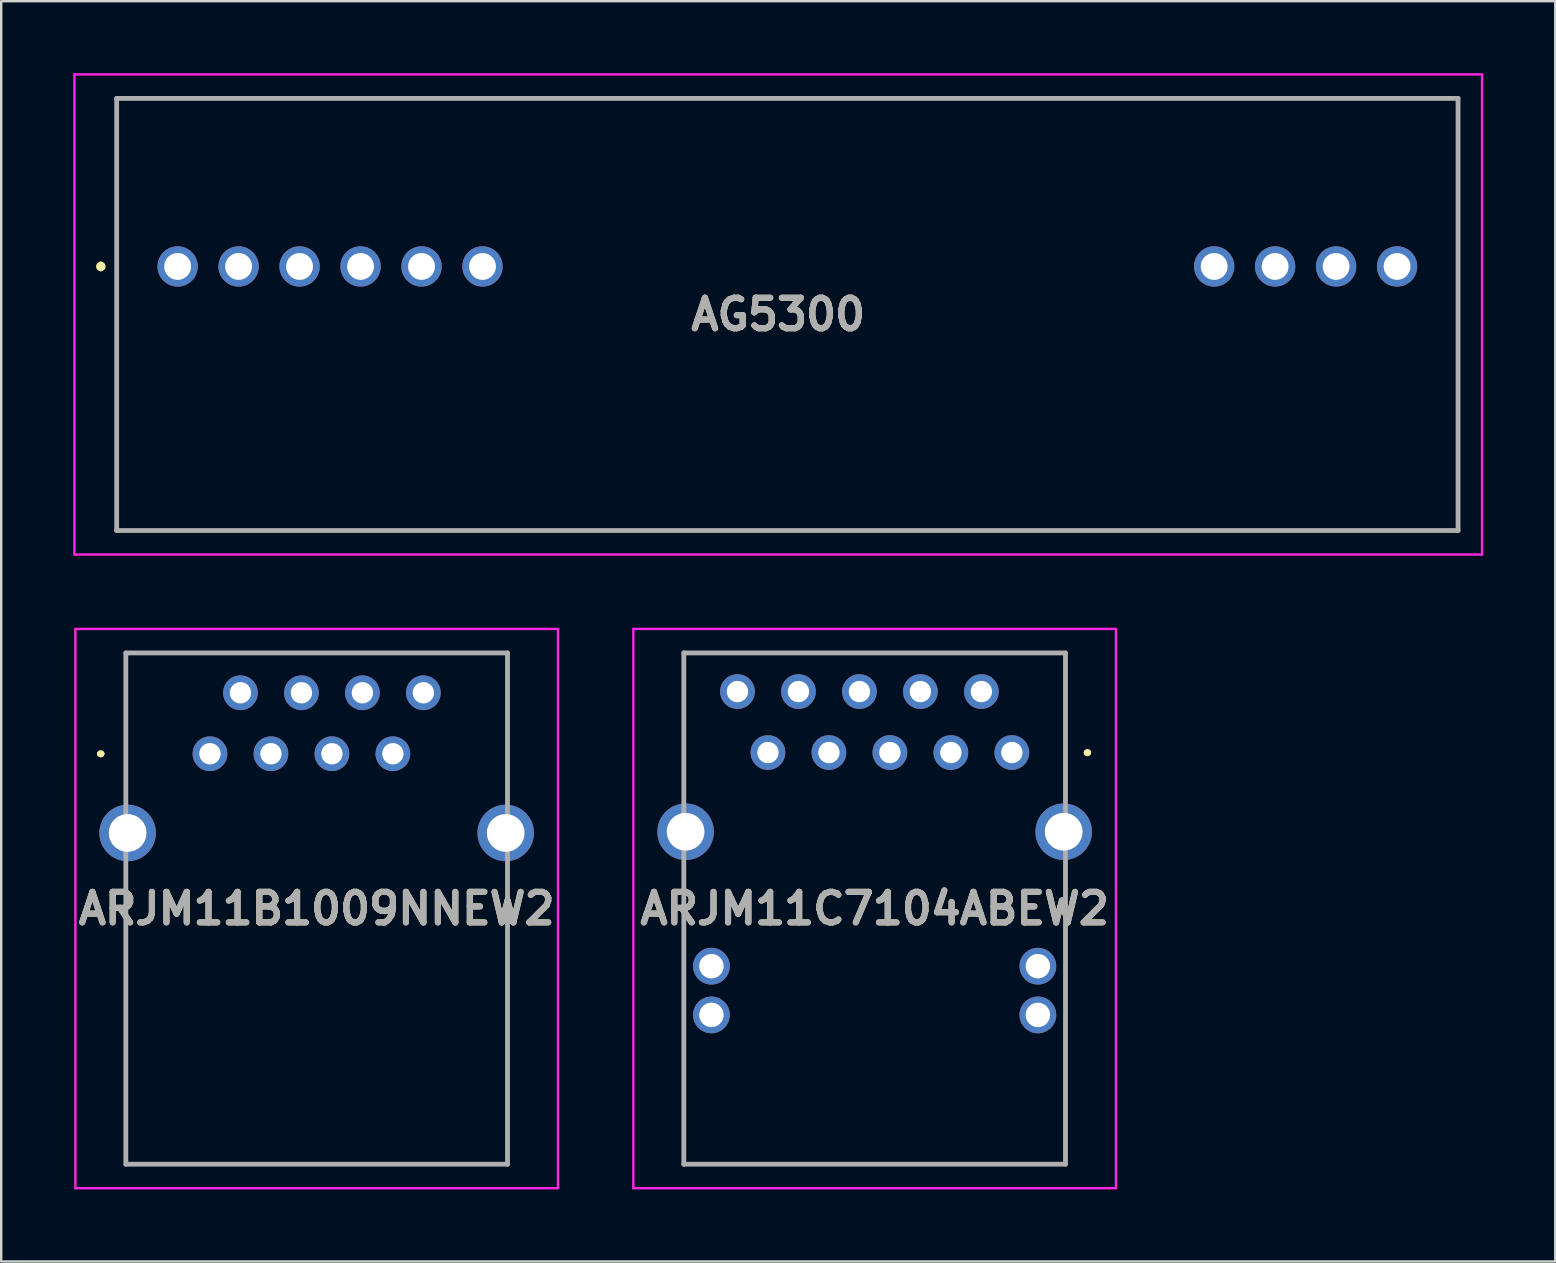
<source format=kicad_pcb>
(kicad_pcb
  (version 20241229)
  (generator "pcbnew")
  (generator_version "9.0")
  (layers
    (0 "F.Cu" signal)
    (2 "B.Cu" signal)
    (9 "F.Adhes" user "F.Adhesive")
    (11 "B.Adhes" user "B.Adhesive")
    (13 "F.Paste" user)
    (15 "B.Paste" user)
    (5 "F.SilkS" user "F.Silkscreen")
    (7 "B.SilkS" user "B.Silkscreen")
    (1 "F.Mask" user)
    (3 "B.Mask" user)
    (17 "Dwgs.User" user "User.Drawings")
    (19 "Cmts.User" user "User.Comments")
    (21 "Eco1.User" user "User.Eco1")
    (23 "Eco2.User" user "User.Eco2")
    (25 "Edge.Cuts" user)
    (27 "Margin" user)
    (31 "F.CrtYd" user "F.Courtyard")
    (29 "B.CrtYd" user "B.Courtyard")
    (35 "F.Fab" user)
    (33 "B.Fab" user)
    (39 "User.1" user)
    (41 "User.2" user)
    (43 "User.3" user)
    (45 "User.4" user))
  (footprint "ARJM11B1009NNEW2"
    (layer "F.Cu")
    (at 5.697 28.35)
    (property "Reference" "ARJM11B1009NNEW2" (at 4.445 6.45 0) (layer "F.SilkS") (effects (font (size 1.27 1.27) (thickness 0.254))))
    (attr through_hole)
    (fp_line (start -4.6 0) (end -4.6 0) (stroke (width 0.2) (type solid)) (layer "F.SilkS"))
    (fp_line (start -4.6 0) (end -4.6 0) (stroke (width 0.2) (type solid)) (layer "F.SilkS"))
    (fp_line (start -4.5 0) (end -4.5 0) (stroke (width 0.2) (type solid)) (layer "F.SilkS"))
    (fp_line (start -3.505 -4.2) (end -3.505 -4.2) (stroke (width 0.1) (type solid)) (layer "F.SilkS"))
    (fp_line (start -3.505 -4.2) (end -3.505 -4.2) (stroke (width 0.1) (type solid)) (layer "F.SilkS"))
    (fp_line (start -3.505 -4.2) (end -3.505 1.35) (stroke (width 0.1) (type solid)) (layer "F.SilkS"))
    (fp_line (start -3.505 -4.2) (end 12.395 -4.2) (stroke (width 0.1) (type solid)) (layer "F.SilkS"))
    (fp_line (start -3.505 1.35) (end -3.505 -4.2) (stroke (width 0.1) (type solid)) (layer "F.SilkS"))
    (fp_line (start -3.505 1.35) (end -3.505 1.35) (stroke (width 0.1) (type solid)) (layer "F.SilkS"))
    (fp_line (start -3.505 5.1) (end -3.505 5.1) (stroke (width 0.1) (type solid)) (layer "F.SilkS"))
    (fp_line (start -3.505 5.1) (end -3.505 17.1) (stroke (width 0.1) (type solid)) (layer "F.SilkS"))
    (fp_line (start -3.505 17.1) (end -3.505 5.1) (stroke (width 0.1) (type solid)) (layer "F.SilkS"))
    (fp_line (start -3.505 17.1) (end -3.505 17.1) (stroke (width 0.1) (type solid)) (layer "F.SilkS"))
    (fp_line (start -3.43 17.1) (end -3.43 17.1) (stroke (width 0.1) (type solid)) (layer "F.SilkS"))
    (fp_line (start -3.43 17.1) (end 12.395 17.1) (stroke (width 0.1) (type solid)) (layer "F.SilkS"))
    (fp_line (start 12.395 -4.2) (end -3.505 -4.2) (stroke (width 0.1) (type solid)) (layer "F.SilkS"))
    (fp_line (start 12.395 -4.2) (end 12.395 -4.2) (stroke (width 0.1) (type solid)) (layer "F.SilkS"))
    (fp_line (start 12.395 -4.2) (end 12.395 -4.2) (stroke (width 0.1) (type solid)) (layer "F.SilkS"))
    (fp_line (start 12.395 -4.2) (end 12.395 1.6) (stroke (width 0.1) (type solid)) (layer "F.SilkS"))
    (fp_line (start 12.395 1.6) (end 12.395 -4.2) (stroke (width 0.1) (type solid)) (layer "F.SilkS"))
    (fp_line (start 12.395 1.6) (end 12.395 1.6) (stroke (width 0.1) (type solid)) (layer "F.SilkS"))
    (fp_line (start 12.395 5.35) (end 12.395 5.35) (stroke (width 0.1) (type solid)) (layer "F.SilkS"))
    (fp_line (start 12.395 5.35) (end 12.395 17.1) (stroke (width 0.1) (type solid)) (layer "F.SilkS"))
    (fp_line (start 12.395 17.1) (end -3.43 17.1) (stroke (width 0.1) (type solid)) (layer "F.SilkS"))
    (fp_line (start 12.395 17.1) (end 12.395 5.35) (stroke (width 0.1) (type solid)) (layer "F.SilkS"))
    (fp_line (start 12.395 17.1) (end 12.395 17.1) (stroke (width 0.1) (type solid)) (layer "F.SilkS"))
    (fp_line (start 12.395 17.1) (end 12.395 17.1) (stroke (width 0.1) (type solid)) (layer "F.SilkS"))
    (fp_arc (start -4.6 0) (mid -4.55 -0.05) (end -4.5 0) (stroke (width 0.2) (type solid)) (layer "F.SilkS"))
    (fp_arc (start -4.5 0) (mid -4.55 0.05) (end -4.6 0) (stroke (width 0.2) (type solid)) (layer "F.SilkS"))
    (fp_arc (start -4.5 0) (mid -4.55 0.05) (end -4.6 0) (stroke (width 0.2) (type solid)) (layer "F.SilkS"))
    (fp_line (start -5.607 -5.2) (end 14.498 -5.2) (stroke (width 0.1) (type solid)) (layer "F.CrtYd"))
    (fp_line (start -5.607 18.1) (end -5.607 -5.2) (stroke (width 0.1) (type solid)) (layer "F.CrtYd"))
    (fp_line (start 14.498 -5.2) (end 14.498 18.1) (stroke (width 0.1) (type solid)) (layer "F.CrtYd"))
    (fp_line (start 14.498 18.1) (end -5.607 18.1) (stroke (width 0.1) (type solid)) (layer "F.CrtYd"))
    (fp_line (start -3.505 -4.2) (end -3.505 17.1) (stroke (width 0.2) (type solid)) (layer "F.Fab"))
    (fp_line (start -3.505 17.1) (end 12.395 17.1) (stroke (width 0.2) (type solid)) (layer "F.Fab"))
    (fp_line (start 12.395 -4.2) (end -3.505 -4.2) (stroke (width 0.2) (type solid)) (layer "F.Fab"))
    (fp_line (start 12.395 17.1) (end 12.395 -4.2) (stroke (width 0.2) (type solid)) (layer "F.Fab"))
    (fp_text user "${REFERENCE}" (at 4.445 6.45 0) (layer "F.Fab") (effects (font (size 1.27 1.27) (thickness 0.254))))
    (pad "" np_thru_hole circle (at -1.27 6.35) (size 0.001 0.001) (drill 3.25) (layers "*.Cu" "*.Mask"))
    (pad "" np_thru_hole circle (at 10.16 6.35) (size 0.001 0.001) (drill 3.25) (layers "*.Cu" "*.Mask"))
    (pad "1" thru_hole circle (at 0 0) (size 1.446 1.446) (drill 0.89) (layers "*.Cu" "*.Mask"))
    (pad "2" thru_hole circle (at 1.27 -2.54) (size 1.446 1.446) (drill 0.89) (layers "*.Cu" "*.Mask"))
    (pad "3" thru_hole circle (at 2.54 0) (size 1.446 1.446) (drill 0.89) (layers "*.Cu" "*.Mask"))
    (pad "4" thru_hole circle (at 3.81 -2.54) (size 1.446 1.446) (drill 0.89) (layers "*.Cu" "*.Mask"))
    (pad "5" thru_hole circle (at 5.08 0) (size 1.446 1.446) (drill 0.89) (layers "*.Cu" "*.Mask"))
    (pad "6" thru_hole circle (at 6.35 -2.54) (size 1.446 1.446) (drill 0.89) (layers "*.Cu" "*.Mask"))
    (pad "7" thru_hole circle (at 7.62 0) (size 1.446 1.446) (drill 0.89) (layers "*.Cu" "*.Mask"))
    (pad "8" thru_hole circle (at 8.89 -2.54) (size 1.446 1.446) (drill 0.89) (layers "*.Cu" "*.Mask"))
    (pad "MH1" thru_hole circle (at -3.43 3.3) (size 2.355 2.355) (drill 1.57) (layers "*.Cu" "*.Mask"))
    (pad "MH2" thru_hole circle (at 12.32 3.3) (size 2.355 2.355) (drill 1.57) (layers "*.Cu" "*.Mask")))
  (footprint "AG5300"
    (layer "F.Cu")
    (at 29.37 10.05)
    (property "Reference" "AG5300" (at 0 0 0) (layer "F.SilkS") (effects (font (size 1.27 1.27) (thickness 0.254))))
    (attr through_hole)
    (fp_line (start -28.22 -2.1) (end -28.22 -2.1) (stroke (width 0.2) (type solid)) (layer "F.SilkS"))
    (fp_line (start -28.22 -1.9) (end -28.22 -1.9) (stroke (width 0.2) (type solid)) (layer "F.SilkS"))
    (fp_line (start -27.56 -9) (end 28.32 -9) (stroke (width 0.1) (type solid)) (layer "F.SilkS"))
    (fp_line (start -27.56 9) (end -27.56 -9) (stroke (width 0.1) (type solid)) (layer "F.SilkS"))
    (fp_line (start 28.32 -9) (end 28.32 9) (stroke (width 0.1) (type solid)) (layer "F.SilkS"))
    (fp_line (start 28.32 9) (end -27.56 9) (stroke (width 0.1) (type solid)) (layer "F.SilkS"))
    (fp_arc (start -28.22 -2.1) (mid -28.12 -2) (end -28.22 -1.9) (stroke (width 0.2) (type solid)) (layer "F.SilkS"))
    (fp_arc (start -28.22 -1.9) (mid -28.32 -2) (end -28.22 -2.1) (stroke (width 0.2) (type solid)) (layer "F.SilkS"))
    (fp_line (start -29.32 -10) (end 29.32 -10) (stroke (width 0.1) (type solid)) (layer "F.CrtYd"))
    (fp_line (start -29.32 10) (end -29.32 -10) (stroke (width 0.1) (type solid)) (layer "F.CrtYd"))
    (fp_line (start 29.32 -10) (end 29.32 10) (stroke (width 0.1) (type solid)) (layer "F.CrtYd"))
    (fp_line (start 29.32 10) (end -29.32 10) (stroke (width 0.1) (type solid)) (layer "F.CrtYd"))
    (fp_line (start -27.56 -9) (end 28.32 -9) (stroke (width 0.2) (type solid)) (layer "F.Fab"))
    (fp_line (start -27.56 9) (end -27.56 -9) (stroke (width 0.2) (type solid)) (layer "F.Fab"))
    (fp_line (start 28.32 -9) (end 28.32 9) (stroke (width 0.2) (type solid)) (layer "F.Fab"))
    (fp_line (start 28.32 9) (end -27.56 9) (stroke (width 0.2) (type solid)) (layer "F.Fab"))
    (fp_text user "${REFERENCE}" (at 0 0 0) (layer "F.Fab") (effects (font (size 1.27 1.27) (thickness 0.254))))
    (pad "1" thru_hole circle (at -25.02 -2) (size 1.68 1.68) (drill 1.12) (layers "*.Cu" "*.Mask"))
    (pad "2" thru_hole circle (at -22.48 -2) (size 1.68 1.68) (drill 1.12) (layers "*.Cu" "*.Mask"))
    (pad "3" thru_hole circle (at -19.94 -2) (size 1.68 1.68) (drill 1.12) (layers "*.Cu" "*.Mask"))
    (pad "4" thru_hole circle (at -17.4 -2) (size 1.68 1.68) (drill 1.12) (layers "*.Cu" "*.Mask"))
    (pad "5" thru_hole circle (at -14.86 -2) (size 1.68 1.68) (drill 1.12) (layers "*.Cu" "*.Mask"))
    (pad "6" thru_hole circle (at -12.32 -2) (size 1.68 1.68) (drill 1.12) (layers "*.Cu" "*.Mask"))
    (pad "7" thru_hole circle (at 18.16 -2) (size 1.68 1.68) (drill 1.12) (layers "*.Cu" "*.Mask"))
    (pad "8" thru_hole circle (at 20.7 -2) (size 1.68 1.68) (drill 1.12) (layers "*.Cu" "*.Mask"))
    (pad "9" thru_hole circle (at 23.24 -2) (size 1.68 1.68) (drill 1.12) (layers "*.Cu" "*.Mask"))
    (pad "10" thru_hole circle (at 25.78 -2) (size 1.68 1.68) (drill 1.12) (layers "*.Cu" "*.Mask")))
  (footprint "ARJM11C7104ABEW2"
    (layer "F.Cu")
    (at 39.102 28.3)
    (property "Reference" "ARJM11C7104ABEW2" (at -5.715 6.5 0) (layer "F.SilkS") (effects (font (size 1.27 1.27) (thickness 0.254))))
    (attr through_hole)
    (fp_line (start -13.665 -4.15) (end -13.665 -4.15) (stroke (width 0.1) (type solid)) (layer "F.SilkS"))
    (fp_line (start -13.665 -4.15) (end -13.665 -4.15) (stroke (width 0.1) (type solid)) (layer "F.SilkS"))
    (fp_line (start -13.665 -4.15) (end -13.665 1.5) (stroke (width 0.1) (type solid)) (layer "F.SilkS"))
    (fp_line (start -13.665 -4.15) (end 2.25 -4.15) (stroke (width 0.1) (type solid)) (layer "F.SilkS"))
    (fp_line (start -13.665 1.5) (end -13.665 -4.15) (stroke (width 0.1) (type solid)) (layer "F.SilkS"))
    (fp_line (start -13.665 1.5) (end -13.665 1.5) (stroke (width 0.1) (type solid)) (layer "F.SilkS"))
    (fp_line (start -13.665 12.25) (end -13.665 12.25) (stroke (width 0.1) (type solid)) (layer "F.SilkS"))
    (fp_line (start -13.665 12.25) (end -13.665 17.15) (stroke (width 0.1) (type solid)) (layer "F.SilkS"))
    (fp_line (start -13.665 17.15) (end -13.665 12.25) (stroke (width 0.1) (type solid)) (layer "F.SilkS"))
    (fp_line (start -13.665 17.15) (end -13.665 17.15) (stroke (width 0.1) (type solid)) (layer "F.SilkS"))
    (fp_line (start -13.665 17.15) (end -13.665 17.15) (stroke (width 0.1) (type solid)) (layer "F.SilkS"))
    (fp_line (start -13.665 17.15) (end 2.235 17.15) (stroke (width 0.1) (type solid)) (layer "F.SilkS"))
    (fp_line (start 2.235 -4.15) (end 2.235 -4.15) (stroke (width 0.1) (type solid)) (layer "F.SilkS"))
    (fp_line (start 2.235 -4.15) (end 2.235 1.5) (stroke (width 0.1) (type solid)) (layer "F.SilkS"))
    (fp_line (start 2.235 1.5) (end 2.235 -4.15) (stroke (width 0.1) (type solid)) (layer "F.SilkS"))
    (fp_line (start 2.235 1.5) (end 2.235 1.5) (stroke (width 0.1) (type solid)) (layer "F.SilkS"))
    (fp_line (start 2.235 12.5) (end 2.235 17.15) (stroke (width 0.1) (type solid)) (layer "F.SilkS"))
    (fp_line (start 2.235 17.15) (end -13.665 17.15) (stroke (width 0.1) (type solid)) (layer "F.SilkS"))
    (fp_line (start 2.235 17.15) (end 2.235 17.15) (stroke (width 0.1) (type solid)) (layer "F.SilkS"))
    (fp_line (start 2.235 17.15) (end 2.25 17.15) (stroke (width 0.1) (type solid)) (layer "F.SilkS"))
    (fp_line (start 2.25 -4.15) (end -13.665 -4.15) (stroke (width 0.1) (type solid)) (layer "F.SilkS"))
    (fp_line (start 2.25 -4.15) (end 2.25 -4.15) (stroke (width 0.1) (type solid)) (layer "F.SilkS"))
    (fp_line (start 2.25 12.5) (end 2.235 12.5) (stroke (width 0.1) (type solid)) (layer "F.SilkS"))
    (fp_line (start 2.25 17.15) (end 2.25 12.5) (stroke (width 0.1) (type solid)) (layer "F.SilkS"))
    (fp_line (start 3.1 0) (end 3.1 0) (stroke (width 0.2) (type solid)) (layer "F.SilkS"))
    (fp_line (start 3.1 0) (end 3.1 0) (stroke (width 0.2) (type solid)) (layer "F.SilkS"))
    (fp_line (start 3.2 0) (end 3.2 0) (stroke (width 0.2) (type solid)) (layer "F.SilkS"))
    (fp_arc (start 3.1 0) (mid 3.15 -0.05) (end 3.2 0) (stroke (width 0.2) (type solid)) (layer "F.SilkS"))
    (fp_arc (start 3.2 0) (mid 3.15 0.05) (end 3.1 0) (stroke (width 0.2) (type solid)) (layer "F.SilkS"))
    (fp_arc (start 3.2 0) (mid 3.15 0.05) (end 3.1 0) (stroke (width 0.2) (type solid)) (layer "F.SilkS"))
    (fp_line (start -15.768 -5.15) (end 4.338 -5.15) (stroke (width 0.1) (type solid)) (layer "F.CrtYd"))
    (fp_line (start -15.768 18.15) (end -15.768 -5.15) (stroke (width 0.1) (type solid)) (layer "F.CrtYd"))
    (fp_line (start 4.338 -5.15) (end 4.338 18.15) (stroke (width 0.1) (type solid)) (layer "F.CrtYd"))
    (fp_line (start 4.338 18.15) (end -15.768 18.15) (stroke (width 0.1) (type solid)) (layer "F.CrtYd"))
    (fp_line (start -13.665 -4.15) (end -13.665 17.15) (stroke (width 0.2) (type solid)) (layer "F.Fab"))
    (fp_line (start -13.665 17.15) (end 2.235 17.15) (stroke (width 0.2) (type solid)) (layer "F.Fab"))
    (fp_line (start 2.235 -4.15) (end -13.665 -4.15) (stroke (width 0.2) (type solid)) (layer "F.Fab"))
    (fp_line (start 2.235 17.15) (end 2.235 -4.15) (stroke (width 0.2) (type solid)) (layer "F.Fab"))
    (fp_text user "${REFERENCE}" (at -5.715 6.5 0) (layer "F.Fab") (effects (font (size 1.27 1.27) (thickness 0.254))))
    (pad "" np_thru_hole circle (at -11.43 6.35) (size 0.001 0.001) (drill 3.25) (layers "*.Cu" "*.Mask"))
    (pad "" np_thru_hole circle (at 0 6.35) (size 0.001 0.001) (drill 3.25) (layers "*.Cu" "*.Mask"))
    (pad "1" thru_hole circle (at 0 0) (size 1.446 1.446) (drill 0.89) (layers "*.Cu" "*.Mask"))
    (pad "2" thru_hole circle (at -1.27 -2.54) (size 1.446 1.446) (drill 0.89) (layers "*.Cu" "*.Mask"))
    (pad "3" thru_hole circle (at -2.54 0) (size 1.446 1.446) (drill 0.89) (layers "*.Cu" "*.Mask"))
    (pad "4" thru_hole circle (at -3.81 -2.54) (size 1.446 1.446) (drill 0.89) (layers "*.Cu" "*.Mask"))
    (pad "5" thru_hole circle (at -5.08 0) (size 1.446 1.446) (drill 0.89) (layers "*.Cu" "*.Mask"))
    (pad "6" thru_hole circle (at -6.35 -2.54) (size 1.446 1.446) (drill 0.89) (layers "*.Cu" "*.Mask"))
    (pad "7" thru_hole circle (at -7.62 0) (size 1.446 1.446) (drill 0.89) (layers "*.Cu" "*.Mask"))
    (pad "8" thru_hole circle (at -8.89 -2.54) (size 1.446 1.446) (drill 0.89) (layers "*.Cu" "*.Mask"))
    (pad "9" thru_hole circle (at -10.16 0) (size 1.446 1.446) (drill 0.89) (layers "*.Cu" "*.Mask"))
    (pad "10" thru_hole circle (at -11.43 -2.54) (size 1.446 1.446) (drill 0.89) (layers "*.Cu" "*.Mask"))
    (pad "L1" thru_hole circle (at -12.515 8.9) (size 1.53 1.53) (drill 1.02) (layers "*.Cu" "*.Mask"))
    (pad "L2" thru_hole circle (at -12.515 10.93) (size 1.53 1.53) (drill 1.02) (layers "*.Cu" "*.Mask"))
    (pad "L3" thru_hole circle (at 1.085 8.9) (size 1.53 1.53) (drill 1.02) (layers "*.Cu" "*.Mask"))
    (pad "L4" thru_hole circle (at 1.085 10.93) (size 1.53 1.53) (drill 1.02) (layers "*.Cu" "*.Mask"))
    (pad "MH1" thru_hole circle (at -13.59 3.3) (size 2.355 2.355) (drill 1.57) (layers "*.Cu" "*.Mask"))
    (pad "MH2" thru_hole circle (at 2.16 3.3) (size 2.355 2.355) (drill 1.57) (layers "*.Cu" "*.Mask")))
  (gr_rect
    (start -3 -3)
    (end 61.74 49.5)
    (stroke (width 0.1) (type default))
    (fill no)
    (layer "Edge.Cuts")))
</source>
